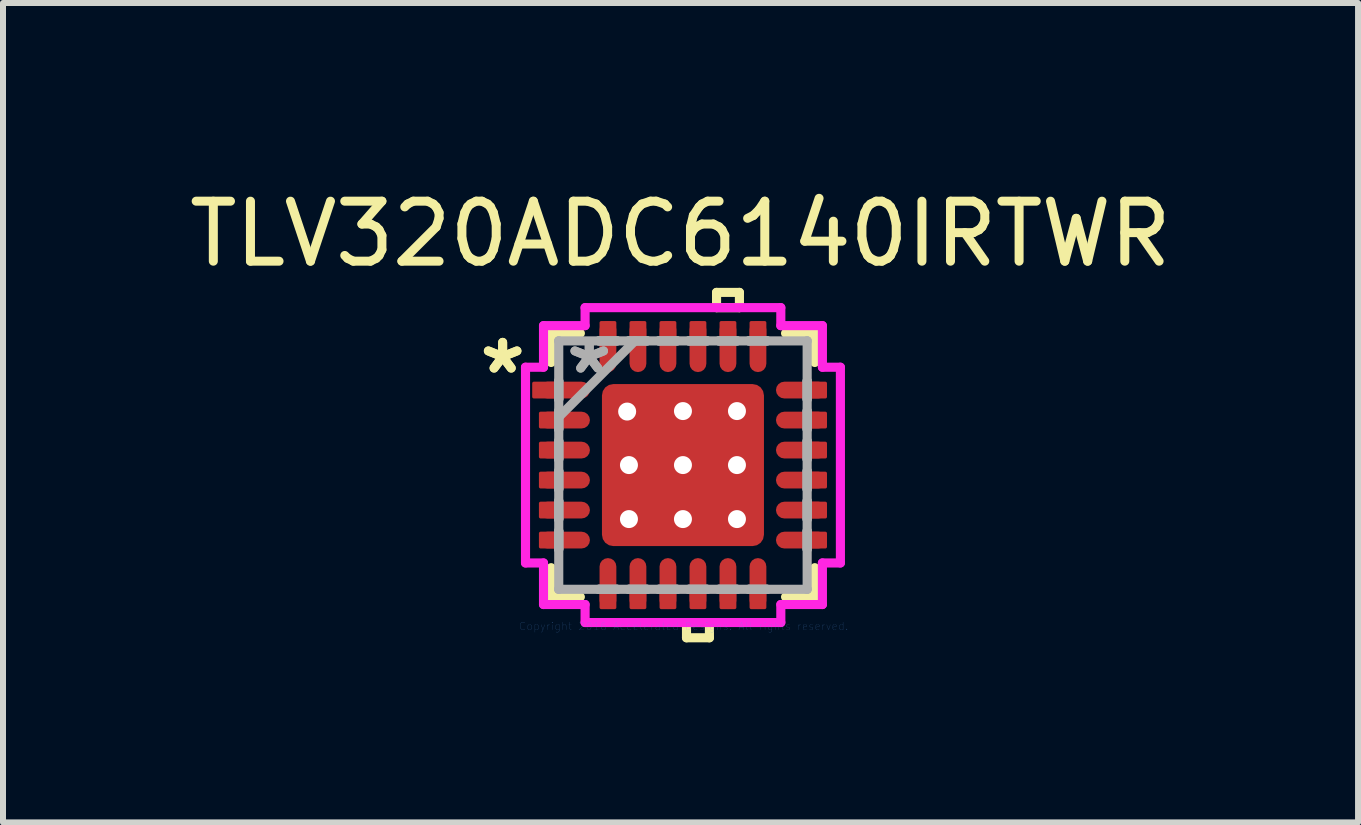
<source format=kicad_pcb>
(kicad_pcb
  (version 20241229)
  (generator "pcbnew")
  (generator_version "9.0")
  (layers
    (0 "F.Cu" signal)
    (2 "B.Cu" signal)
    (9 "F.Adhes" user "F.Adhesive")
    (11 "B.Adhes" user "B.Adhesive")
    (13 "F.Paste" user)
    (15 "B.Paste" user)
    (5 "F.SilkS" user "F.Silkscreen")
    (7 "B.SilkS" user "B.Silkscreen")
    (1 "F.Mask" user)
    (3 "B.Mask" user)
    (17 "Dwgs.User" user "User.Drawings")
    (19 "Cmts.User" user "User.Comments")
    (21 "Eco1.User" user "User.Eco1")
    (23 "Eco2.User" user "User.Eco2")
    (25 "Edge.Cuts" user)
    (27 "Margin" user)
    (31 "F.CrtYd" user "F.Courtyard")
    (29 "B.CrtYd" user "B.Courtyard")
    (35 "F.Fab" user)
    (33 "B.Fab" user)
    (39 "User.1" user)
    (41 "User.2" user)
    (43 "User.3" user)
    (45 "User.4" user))
  (footprint "TLV320ADC6140IRTWR"
    (layer "F.Cu")
    (at 8.332 4.701)
    (property "Reference" "TLV320ADC6140IRTWR" (at -0.041 -3.853 0) (layer "F.SilkS") (effects (font (size 1 1) (thickness 0.15))))
    (attr through_hole)
    (fp_line (start -2.197 -2.197) (end -2.197 -1.71) (stroke (width 0.152) (type solid)) (layer "F.SilkS"))
    (fp_line (start -2.197 1.71) (end -2.197 2.197) (stroke (width 0.152) (type solid)) (layer "F.SilkS"))
    (fp_line (start -2.197 2.197) (end -1.71 2.197) (stroke (width 0.152) (type solid)) (layer "F.SilkS"))
    (fp_line (start -1.71 -2.197) (end -2.197 -2.197) (stroke (width 0.152) (type solid)) (layer "F.SilkS"))
    (fp_line (start 0.059 2.624) (end 0.059 2.878) (stroke (width 0.152) (type solid)) (layer "F.SilkS"))
    (fp_line (start 0.059 2.878) (end 0.441 2.878) (stroke (width 0.152) (type solid)) (layer "F.SilkS"))
    (fp_line (start 0.441 2.624) (end 0.059 2.624) (stroke (width 0.152) (type solid)) (layer "F.SilkS"))
    (fp_line (start 0.441 2.878) (end 0.441 2.624) (stroke (width 0.152) (type solid)) (layer "F.SilkS"))
    (fp_line (start 0.56 -2.878) (end 0.941 -2.878) (stroke (width 0.152) (type solid)) (layer "F.SilkS"))
    (fp_line (start 0.56 -2.624) (end 0.56 -2.878) (stroke (width 0.152) (type solid)) (layer "F.SilkS"))
    (fp_line (start 0.941 -2.878) (end 0.941 -2.624) (stroke (width 0.152) (type solid)) (layer "F.SilkS"))
    (fp_line (start 0.941 -2.624) (end 0.56 -2.624) (stroke (width 0.152) (type solid)) (layer "F.SilkS"))
    (fp_line (start 1.71 2.197) (end 2.197 2.197) (stroke (width 0.152) (type solid)) (layer "F.SilkS"))
    (fp_line (start 2.197 -2.197) (end 1.71 -2.197) (stroke (width 0.152) (type solid)) (layer "F.SilkS"))
    (fp_line (start 2.197 -1.71) (end 2.197 -2.197) (stroke (width 0.152) (type solid)) (layer "F.SilkS"))
    (fp_line (start 2.197 2.197) (end 2.197 1.71) (stroke (width 0.152) (type solid)) (layer "F.SilkS"))
    (fp_line (start -2.624 -1.631) (end -2.324 -1.631) (stroke (width 0.152) (type solid)) (layer "F.CrtYd"))
    (fp_line (start -2.624 1.631) (end -2.624 -1.631) (stroke (width 0.152) (type solid)) (layer "F.CrtYd"))
    (fp_line (start -2.324 -2.324) (end -1.631 -2.324) (stroke (width 0.152) (type solid)) (layer "F.CrtYd"))
    (fp_line (start -2.324 -1.631) (end -2.324 -2.324) (stroke (width 0.152) (type solid)) (layer "F.CrtYd"))
    (fp_line (start -2.324 1.631) (end -2.624 1.631) (stroke (width 0.152) (type solid)) (layer "F.CrtYd"))
    (fp_line (start -2.324 2.324) (end -2.324 1.631) (stroke (width 0.152) (type solid)) (layer "F.CrtYd"))
    (fp_line (start -1.631 -2.624) (end 1.631 -2.624) (stroke (width 0.152) (type solid)) (layer "F.CrtYd"))
    (fp_line (start -1.631 -2.324) (end -1.631 -2.624) (stroke (width 0.152) (type solid)) (layer "F.CrtYd"))
    (fp_line (start -1.631 2.324) (end -2.324 2.324) (stroke (width 0.152) (type solid)) (layer "F.CrtYd"))
    (fp_line (start -1.631 2.624) (end -1.631 2.324) (stroke (width 0.152) (type solid)) (layer "F.CrtYd"))
    (fp_line (start 1.631 -2.624) (end 1.631 -2.324) (stroke (width 0.152) (type solid)) (layer "F.CrtYd"))
    (fp_line (start 1.631 -2.324) (end 2.324 -2.324) (stroke (width 0.152) (type solid)) (layer "F.CrtYd"))
    (fp_line (start 1.631 2.324) (end 1.631 2.624) (stroke (width 0.152) (type solid)) (layer "F.CrtYd"))
    (fp_line (start 1.631 2.624) (end -1.631 2.624) (stroke (width 0.152) (type solid)) (layer "F.CrtYd"))
    (fp_line (start 2.324 -2.324) (end 2.324 -1.631) (stroke (width 0.152) (type solid)) (layer "F.CrtYd"))
    (fp_line (start 2.324 -1.631) (end 2.624 -1.631) (stroke (width 0.152) (type solid)) (layer "F.CrtYd"))
    (fp_line (start 2.324 1.631) (end 2.324 2.324) (stroke (width 0.152) (type solid)) (layer "F.CrtYd"))
    (fp_line (start 2.324 2.324) (end 1.631 2.324) (stroke (width 0.152) (type solid)) (layer "F.CrtYd"))
    (fp_line (start 2.624 -1.631) (end 2.624 1.631) (stroke (width 0.152) (type solid)) (layer "F.CrtYd"))
    (fp_line (start 2.624 1.631) (end 2.324 1.631) (stroke (width 0.152) (type solid)) (layer "F.CrtYd"))
    (fp_line (start -2.07 -2.07) (end -2.07 -2.07) (stroke (width 0.152) (type solid)) (layer "F.Fab"))
    (fp_line (start -2.07 -2.07) (end -2.07 2.07) (stroke (width 0.152) (type solid)) (layer "F.Fab"))
    (fp_line (start -2.07 -1.402) (end -2.07 -1.402) (stroke (width 0.152) (type solid)) (layer "F.Fab"))
    (fp_line (start -2.07 -1.402) (end -2.07 -1.098) (stroke (width 0.152) (type solid)) (layer "F.Fab"))
    (fp_line (start -2.07 -1.098) (end -2.07 -1.402) (stroke (width 0.152) (type solid)) (layer "F.Fab"))
    (fp_line (start -2.07 -1.098) (end -2.07 -1.098) (stroke (width 0.152) (type solid)) (layer "F.Fab"))
    (fp_line (start -2.07 -0.902) (end -2.07 -0.902) (stroke (width 0.152) (type solid)) (layer "F.Fab"))
    (fp_line (start -2.07 -0.902) (end -2.07 -0.598) (stroke (width 0.152) (type solid)) (layer "F.Fab"))
    (fp_line (start -2.07 -0.8) (end -0.8 -2.07) (stroke (width 0.152) (type solid)) (layer "F.Fab"))
    (fp_line (start -2.07 -0.598) (end -2.07 -0.902) (stroke (width 0.152) (type solid)) (layer "F.Fab"))
    (fp_line (start -2.07 -0.598) (end -2.07 -0.598) (stroke (width 0.152) (type solid)) (layer "F.Fab"))
    (fp_line (start -2.07 -0.402) (end -2.07 -0.402) (stroke (width 0.152) (type solid)) (layer "F.Fab"))
    (fp_line (start -2.07 -0.402) (end -2.07 -0.098) (stroke (width 0.152) (type solid)) (layer "F.Fab"))
    (fp_line (start -2.07 -0.098) (end -2.07 -0.402) (stroke (width 0.152) (type solid)) (layer "F.Fab"))
    (fp_line (start -2.07 -0.098) (end -2.07 -0.098) (stroke (width 0.152) (type solid)) (layer "F.Fab"))
    (fp_line (start -2.07 0.098) (end -2.07 0.098) (stroke (width 0.152) (type solid)) (layer "F.Fab"))
    (fp_line (start -2.07 0.098) (end -2.07 0.402) (stroke (width 0.152) (type solid)) (layer "F.Fab"))
    (fp_line (start -2.07 0.402) (end -2.07 0.098) (stroke (width 0.152) (type solid)) (layer "F.Fab"))
    (fp_line (start -2.07 0.402) (end -2.07 0.402) (stroke (width 0.152) (type solid)) (layer "F.Fab"))
    (fp_line (start -2.07 0.598) (end -2.07 0.598) (stroke (width 0.152) (type solid)) (layer "F.Fab"))
    (fp_line (start -2.07 0.598) (end -2.07 0.902) (stroke (width 0.152) (type solid)) (layer "F.Fab"))
    (fp_line (start -2.07 0.902) (end -2.07 0.598) (stroke (width 0.152) (type solid)) (layer "F.Fab"))
    (fp_line (start -2.07 0.902) (end -2.07 0.902) (stroke (width 0.152) (type solid)) (layer "F.Fab"))
    (fp_line (start -2.07 1.098) (end -2.07 1.098) (stroke (width 0.152) (type solid)) (layer "F.Fab"))
    (fp_line (start -2.07 1.098) (end -2.07 1.402) (stroke (width 0.152) (type solid)) (layer "F.Fab"))
    (fp_line (start -2.07 1.402) (end -2.07 1.098) (stroke (width 0.152) (type solid)) (layer "F.Fab"))
    (fp_line (start -2.07 1.402) (end -2.07 1.402) (stroke (width 0.152) (type solid)) (layer "F.Fab"))
    (fp_line (start -2.07 2.07) (end -2.07 2.07) (stroke (width 0.152) (type solid)) (layer "F.Fab"))
    (fp_line (start -2.07 2.07) (end 2.07 2.07) (stroke (width 0.152) (type solid)) (layer "F.Fab"))
    (fp_line (start -1.402 -2.07) (end -1.402 -2.07) (stroke (width 0.152) (type solid)) (layer "F.Fab"))
    (fp_line (start -1.402 -2.07) (end -1.098 -2.07) (stroke (width 0.152) (type solid)) (layer "F.Fab"))
    (fp_line (start -1.402 2.07) (end -1.402 2.07) (stroke (width 0.152) (type solid)) (layer "F.Fab"))
    (fp_line (start -1.402 2.07) (end -1.098 2.07) (stroke (width 0.152) (type solid)) (layer "F.Fab"))
    (fp_line (start -1.098 -2.07) (end -1.402 -2.07) (stroke (width 0.152) (type solid)) (layer "F.Fab"))
    (fp_line (start -1.098 -2.07) (end -1.098 -2.07) (stroke (width 0.152) (type solid)) (layer "F.Fab"))
    (fp_line (start -1.098 2.07) (end -1.402 2.07) (stroke (width 0.152) (type solid)) (layer "F.Fab"))
    (fp_line (start -1.098 2.07) (end -1.098 2.07) (stroke (width 0.152) (type solid)) (layer "F.Fab"))
    (fp_line (start -0.902 -2.07) (end -0.902 -2.07) (stroke (width 0.152) (type solid)) (layer "F.Fab"))
    (fp_line (start -0.902 -2.07) (end -0.598 -2.07) (stroke (width 0.152) (type solid)) (layer "F.Fab"))
    (fp_line (start -0.902 2.07) (end -0.902 2.07) (stroke (width 0.152) (type solid)) (layer "F.Fab"))
    (fp_line (start -0.902 2.07) (end -0.598 2.07) (stroke (width 0.152) (type solid)) (layer "F.Fab"))
    (fp_line (start -0.598 -2.07) (end -0.902 -2.07) (stroke (width 0.152) (type solid)) (layer "F.Fab"))
    (fp_line (start -0.598 -2.07) (end -0.598 -2.07) (stroke (width 0.152) (type solid)) (layer "F.Fab"))
    (fp_line (start -0.598 2.07) (end -0.902 2.07) (stroke (width 0.152) (type solid)) (layer "F.Fab"))
    (fp_line (start -0.598 2.07) (end -0.598 2.07) (stroke (width 0.152) (type solid)) (layer "F.Fab"))
    (fp_line (start -0.402 -2.07) (end -0.402 -2.07) (stroke (width 0.152) (type solid)) (layer "F.Fab"))
    (fp_line (start -0.402 -2.07) (end -0.098 -2.07) (stroke (width 0.152) (type solid)) (layer "F.Fab"))
    (fp_line (start -0.402 2.07) (end -0.402 2.07) (stroke (width 0.152) (type solid)) (layer "F.Fab"))
    (fp_line (start -0.402 2.07) (end -0.098 2.07) (stroke (width 0.152) (type solid)) (layer "F.Fab"))
    (fp_line (start -0.098 -2.07) (end -0.402 -2.07) (stroke (width 0.152) (type solid)) (layer "F.Fab"))
    (fp_line (start -0.098 -2.07) (end -0.098 -2.07) (stroke (width 0.152) (type solid)) (layer "F.Fab"))
    (fp_line (start -0.098 2.07) (end -0.402 2.07) (stroke (width 0.152) (type solid)) (layer "F.Fab"))
    (fp_line (start -0.098 2.07) (end -0.098 2.07) (stroke (width 0.152) (type solid)) (layer "F.Fab"))
    (fp_line (start 0.098 -2.07) (end 0.098 -2.07) (stroke (width 0.152) (type solid)) (layer "F.Fab"))
    (fp_line (start 0.098 -2.07) (end 0.402 -2.07) (stroke (width 0.152) (type solid)) (layer "F.Fab"))
    (fp_line (start 0.098 2.07) (end 0.098 2.07) (stroke (width 0.152) (type solid)) (layer "F.Fab"))
    (fp_line (start 0.098 2.07) (end 0.402 2.07) (stroke (width 0.152) (type solid)) (layer "F.Fab"))
    (fp_line (start 0.402 -2.07) (end 0.098 -2.07) (stroke (width 0.152) (type solid)) (layer "F.Fab"))
    (fp_line (start 0.402 -2.07) (end 0.402 -2.07) (stroke (width 0.152) (type solid)) (layer "F.Fab"))
    (fp_line (start 0.402 2.07) (end 0.098 2.07) (stroke (width 0.152) (type solid)) (layer "F.Fab"))
    (fp_line (start 0.402 2.07) (end 0.402 2.07) (stroke (width 0.152) (type solid)) (layer "F.Fab"))
    (fp_line (start 0.598 -2.07) (end 0.598 -2.07) (stroke (width 0.152) (type solid)) (layer "F.Fab"))
    (fp_line (start 0.598 -2.07) (end 0.902 -2.07) (stroke (width 0.152) (type solid)) (layer "F.Fab"))
    (fp_line (start 0.598 2.07) (end 0.598 2.07) (stroke (width 0.152) (type solid)) (layer "F.Fab"))
    (fp_line (start 0.598 2.07) (end 0.902 2.07) (stroke (width 0.152) (type solid)) (layer "F.Fab"))
    (fp_line (start 0.902 -2.07) (end 0.598 -2.07) (stroke (width 0.152) (type solid)) (layer "F.Fab"))
    (fp_line (start 0.902 -2.07) (end 0.902 -2.07) (stroke (width 0.152) (type solid)) (layer "F.Fab"))
    (fp_line (start 0.902 2.07) (end 0.598 2.07) (stroke (width 0.152) (type solid)) (layer "F.Fab"))
    (fp_line (start 0.902 2.07) (end 0.902 2.07) (stroke (width 0.152) (type solid)) (layer "F.Fab"))
    (fp_line (start 1.098 -2.07) (end 1.098 -2.07) (stroke (width 0.152) (type solid)) (layer "F.Fab"))
    (fp_line (start 1.098 -2.07) (end 1.402 -2.07) (stroke (width 0.152) (type solid)) (layer "F.Fab"))
    (fp_line (start 1.098 2.07) (end 1.098 2.07) (stroke (width 0.152) (type solid)) (layer "F.Fab"))
    (fp_line (start 1.098 2.07) (end 1.402 2.07) (stroke (width 0.152) (type solid)) (layer "F.Fab"))
    (fp_line (start 1.402 -2.07) (end 1.098 -2.07) (stroke (width 0.152) (type solid)) (layer "F.Fab"))
    (fp_line (start 1.402 -2.07) (end 1.402 -2.07) (stroke (width 0.152) (type solid)) (layer "F.Fab"))
    (fp_line (start 1.402 2.07) (end 1.098 2.07) (stroke (width 0.152) (type solid)) (layer "F.Fab"))
    (fp_line (start 1.402 2.07) (end 1.402 2.07) (stroke (width 0.152) (type solid)) (layer "F.Fab"))
    (fp_line (start 2.07 -2.07) (end -2.07 -2.07) (stroke (width 0.152) (type solid)) (layer "F.Fab"))
    (fp_line (start 2.07 -2.07) (end 2.07 -2.07) (stroke (width 0.152) (type solid)) (layer "F.Fab"))
    (fp_line (start 2.07 -1.402) (end 2.07 -1.402) (stroke (width 0.152) (type solid)) (layer "F.Fab"))
    (fp_line (start 2.07 -1.402) (end 2.07 -1.098) (stroke (width 0.152) (type solid)) (layer "F.Fab"))
    (fp_line (start 2.07 -1.098) (end 2.07 -1.402) (stroke (width 0.152) (type solid)) (layer "F.Fab"))
    (fp_line (start 2.07 -1.098) (end 2.07 -1.098) (stroke (width 0.152) (type solid)) (layer "F.Fab"))
    (fp_line (start 2.07 -0.902) (end 2.07 -0.902) (stroke (width 0.152) (type solid)) (layer "F.Fab"))
    (fp_line (start 2.07 -0.902) (end 2.07 -0.598) (stroke (width 0.152) (type solid)) (layer "F.Fab"))
    (fp_line (start 2.07 -0.598) (end 2.07 -0.902) (stroke (width 0.152) (type solid)) (layer "F.Fab"))
    (fp_line (start 2.07 -0.598) (end 2.07 -0.598) (stroke (width 0.152) (type solid)) (layer "F.Fab"))
    (fp_line (start 2.07 -0.402) (end 2.07 -0.402) (stroke (width 0.152) (type solid)) (layer "F.Fab"))
    (fp_line (start 2.07 -0.402) (end 2.07 -0.098) (stroke (width 0.152) (type solid)) (layer "F.Fab"))
    (fp_line (start 2.07 -0.098) (end 2.07 -0.402) (stroke (width 0.152) (type solid)) (layer "F.Fab"))
    (fp_line (start 2.07 -0.098) (end 2.07 -0.098) (stroke (width 0.152) (type solid)) (layer "F.Fab"))
    (fp_line (start 2.07 0.098) (end 2.07 0.098) (stroke (width 0.152) (type solid)) (layer "F.Fab"))
    (fp_line (start 2.07 0.098) (end 2.07 0.402) (stroke (width 0.152) (type solid)) (layer "F.Fab"))
    (fp_line (start 2.07 0.402) (end 2.07 0.098) (stroke (width 0.152) (type solid)) (layer "F.Fab"))
    (fp_line (start 2.07 0.402) (end 2.07 0.402) (stroke (width 0.152) (type solid)) (layer "F.Fab"))
    (fp_line (start 2.07 0.598) (end 2.07 0.598) (stroke (width 0.152) (type solid)) (layer "F.Fab"))
    (fp_line (start 2.07 0.598) (end 2.07 0.902) (stroke (width 0.152) (type solid)) (layer "F.Fab"))
    (fp_line (start 2.07 0.902) (end 2.07 0.598) (stroke (width 0.152) (type solid)) (layer "F.Fab"))
    (fp_line (start 2.07 0.902) (end 2.07 0.902) (stroke (width 0.152) (type solid)) (layer "F.Fab"))
    (fp_line (start 2.07 1.098) (end 2.07 1.098) (stroke (width 0.152) (type solid)) (layer "F.Fab"))
    (fp_line (start 2.07 1.098) (end 2.07 1.402) (stroke (width 0.152) (type solid)) (layer "F.Fab"))
    (fp_line (start 2.07 1.402) (end 2.07 1.098) (stroke (width 0.152) (type solid)) (layer "F.Fab"))
    (fp_line (start 2.07 1.402) (end 2.07 1.402) (stroke (width 0.152) (type solid)) (layer "F.Fab"))
    (fp_line (start 2.07 2.07) (end 2.07 -2.07) (stroke (width 0.152) (type solid)) (layer "F.Fab"))
    (fp_line (start 2.07 2.07) (end 2.07 2.07) (stroke (width 0.152) (type solid)) (layer "F.Fab"))
    (fp_text user "*" (at -3.005 -1.5 0) (layer "F.SilkS") (effects (font (size 1 1) (thickness 0.15))))
    (fp_text user "*" (at -3.005 -1.5 0) (layer "F.SilkS") (effects (font (size 1 1) (thickness 0.15))))
    (fp_text user "Copyright 2016 Accelerated Designs. All rights reserved." (at 0.01 2.685 0) (layer "Cmts.User") (effects (font (size 0.127 0.127) (thickness 0.002))))
    (fp_text user "*" (at -1.562 -1.5 0) (layer "F.Fab") (effects (font (size 1 1) (thickness 0.15))))
    (fp_text user "*" (at -1.562 -1.5 0) (layer "F.Fab") (effects (font (size 1 1) (thickness 0.15))))
    (pad "" smd roundrect (at -2.3 -1.25 90) (size 0.23 0.375) (layers "F.Paste") (roundrect_rratio 0.1))
    (pad "" smd roundrect (at -2.3 -1.25 90) (size 0.28 0.425) (layers "F.Cu") (roundrect_rratio 0.1))
    (pad "" smd roundrect (at -2.3 -1.25 90) (size 0.42 0.565) (layers "F.Mask") (roundrect_rratio 0.1))
    (pad "" smd roundrect (at -2.188 -0.75 90) (size 0.23 0.375) (layers "F.Paste") (roundrect_rratio 0.1))
    (pad "" smd roundrect (at -2.188 -0.75 90) (size 0.28 0.425) (layers "F.Cu") (roundrect_rratio 0.1))
    (pad "" smd roundrect (at -2.188 -0.75 90) (size 0.42 0.565) (layers "F.Mask") (roundrect_rratio 0.1))
    (pad "" smd roundrect (at -2.188 -0.25 90) (size 0.23 0.375) (layers "F.Paste") (roundrect_rratio 0.1))
    (pad "" smd roundrect (at -2.188 -0.25 90) (size 0.28 0.425) (layers "F.Cu") (roundrect_rratio 0.1))
    (pad "" smd roundrect (at -2.188 -0.25 90) (size 0.42 0.565) (layers "F.Mask") (roundrect_rratio 0.1))
    (pad "" smd roundrect (at -2.188 0.25 90) (size 0.23 0.375) (layers "F.Paste") (roundrect_rratio 0.1))
    (pad "" smd roundrect (at -2.188 0.25 90) (size 0.28 0.425) (layers "F.Cu") (roundrect_rratio 0.1))
    (pad "" smd roundrect (at -2.188 0.25 90) (size 0.42 0.565) (layers "F.Mask") (roundrect_rratio 0.1))
    (pad "" smd roundrect (at -2.188 0.75 90) (size 0.23 0.375) (layers "F.Paste") (roundrect_rratio 0.1))
    (pad "" smd roundrect (at -2.188 0.75 90) (size 0.28 0.425) (layers "F.Cu") (roundrect_rratio 0.1))
    (pad "" smd roundrect (at -2.188 0.75 90) (size 0.42 0.565) (layers "F.Mask") (roundrect_rratio 0.1))
    (pad "" smd roundrect (at -2.188 1.25 90) (size 0.23 0.375) (layers "F.Paste") (roundrect_rratio 0.1))
    (pad "" smd roundrect (at -2.188 1.25 90) (size 0.28 0.425) (layers "F.Cu") (roundrect_rratio 0.1))
    (pad "" smd roundrect (at -2.188 1.25 90) (size 0.42 0.565) (layers "F.Mask") (roundrect_rratio 0.1))
    (pad "" smd roundrect (at -1.975 -1.25 90) (size 0.23 0.8) (layers "F.Paste") (roundrect_rratio 0.5))
    (pad "" smd roundrect (at -1.975 -1.25 90) (size 0.42 0.99) (layers "F.Mask") (roundrect_rratio 0.5))
    (pad "" smd roundrect (at -1.975 -0.75 90) (size 0.23 0.8) (layers "F.Paste") (roundrect_rratio 0.5))
    (pad "" smd roundrect (at -1.975 -0.75 90) (size 0.42 0.99) (layers "F.Mask") (roundrect_rratio 0.5))
    (pad "" smd roundrect (at -1.975 -0.25 90) (size 0.23 0.8) (layers "F.Paste") (roundrect_rratio 0.5))
    (pad "" smd roundrect (at -1.975 -0.25 90) (size 0.42 0.99) (layers "F.Mask") (roundrect_rratio 0.5))
    (pad "" smd roundrect (at -1.975 0.25 90) (size 0.23 0.8) (layers "F.Paste") (roundrect_rratio 0.5))
    (pad "" smd roundrect (at -1.975 0.25 90) (size 0.42 0.99) (layers "F.Mask") (roundrect_rratio 0.5))
    (pad "" smd roundrect (at -1.975 0.75 90) (size 0.23 0.8) (layers "F.Paste") (roundrect_rratio 0.5))
    (pad "" smd roundrect (at -1.975 0.75 90) (size 0.42 0.99) (layers "F.Mask") (roundrect_rratio 0.5))
    (pad "" smd roundrect (at -1.975 1.25 90) (size 0.23 0.8) (layers "F.Paste") (roundrect_rratio 0.5))
    (pad "" smd roundrect (at -1.975 1.25 90) (size 0.42 0.99) (layers "F.Mask") (roundrect_rratio 0.5))
    (pad "" smd roundrect (at -1.25 -2.188 180) (size 0.23 0.375) (layers "F.Paste") (roundrect_rratio 0.1))
    (pad "" smd roundrect (at -1.25 -2.188 180) (size 0.28 0.425) (layers "F.Cu") (roundrect_rratio 0.1))
    (pad "" smd roundrect (at -1.25 -2.188 180) (size 0.42 0.565) (layers "F.Mask") (roundrect_rratio 0.1))
    (pad "" smd roundrect (at -1.25 -1.975 180) (size 0.23 0.8) (layers "F.Paste") (roundrect_rratio 0.5))
    (pad "" smd roundrect (at -1.25 -1.975 180) (size 0.42 0.99) (layers "F.Mask") (roundrect_rratio 0.5))
    (pad "" smd roundrect (at -1.25 1.975 180) (size 0.23 0.8) (layers "F.Paste") (roundrect_rratio 0.5))
    (pad "" smd roundrect (at -1.25 1.975 180) (size 0.42 0.99) (layers "F.Mask") (roundrect_rratio 0.5))
    (pad "" smd roundrect (at -1.25 2.188 180) (size 0.23 0.375) (layers "F.Paste") (roundrect_rratio 0.1))
    (pad "" smd roundrect (at -1.25 2.188 180) (size 0.28 0.425) (layers "F.Cu") (roundrect_rratio 0.1))
    (pad "" smd roundrect (at -1.25 2.188 180) (size 0.42 0.565) (layers "F.Mask") (roundrect_rratio 0.1))
    (pad "" np_thru_hole circle (at -0.93 -0.892) (size 0.3 0.3) (drill 0.3) (layers "*.Cu" "*.Mask"))
    (pad "" np_thru_hole circle (at -0.9 0) (size 0.3 0.3) (drill 0.3) (layers "*.Cu" "*.Mask"))
    (pad "" np_thru_hole circle (at -0.9 0.9) (size 0.3 0.3) (drill 0.3) (layers "*.Cu" "*.Mask"))
    (pad "" smd roundrect (at -0.75 -2.188 180) (size 0.23 0.375) (layers "F.Paste") (roundrect_rratio 0.1))
    (pad "" smd roundrect (at -0.75 -2.188 180) (size 0.28 0.425) (layers "F.Cu") (roundrect_rratio 0.1))
    (pad "" smd roundrect (at -0.75 -2.188 180) (size 0.42 0.565) (layers "F.Mask") (roundrect_rratio 0.1))
    (pad "" smd roundrect (at -0.75 -1.975 180) (size 0.23 0.8) (layers "F.Paste") (roundrect_rratio 0.5))
    (pad "" smd roundrect (at -0.75 -1.975 180) (size 0.42 0.99) (layers "F.Mask") (roundrect_rratio 0.5))
    (pad "" smd roundrect (at -0.75 1.975 180) (size 0.23 0.8) (layers "F.Paste") (roundrect_rratio 0.5))
    (pad "" smd roundrect (at -0.75 1.975 180) (size 0.42 0.99) (layers "F.Mask") (roundrect_rratio 0.5))
    (pad "" smd roundrect (at -0.75 2.188 180) (size 0.23 0.375) (layers "F.Paste") (roundrect_rratio 0.1))
    (pad "" smd roundrect (at -0.75 2.188 180) (size 0.28 0.425) (layers "F.Cu") (roundrect_rratio 0.1))
    (pad "" smd roundrect (at -0.75 2.188 180) (size 0.42 0.565) (layers "F.Mask") (roundrect_rratio 0.1))
    (pad "" smd roundrect (at -0.7 -0.7) (size 1.1 1.1) (layers "F.Paste") (roundrect_rratio 0.07))
    (pad "" smd roundrect (at -0.7 0.7) (size 1.1 1.1) (layers "F.Paste") (roundrect_rratio 0.07))
    (pad "" smd roundrect (at -0.25 -2.188 180) (size 0.23 0.375) (layers "F.Paste") (roundrect_rratio 0.1))
    (pad "" smd roundrect (at -0.25 -2.188 180) (size 0.28 0.425) (layers "F.Cu") (roundrect_rratio 0.1))
    (pad "" smd roundrect (at -0.25 -2.188 180) (size 0.42 0.565) (layers "F.Mask") (roundrect_rratio 0.1))
    (pad "" smd roundrect (at -0.25 -1.975 180) (size 0.23 0.8) (layers "F.Paste") (roundrect_rratio 0.5))
    (pad "" smd roundrect (at -0.25 -1.975 180) (size 0.42 0.99) (layers "F.Mask") (roundrect_rratio 0.5))
    (pad "" smd roundrect (at -0.25 1.975 180) (size 0.23 0.8) (layers "F.Paste") (roundrect_rratio 0.5))
    (pad "" smd roundrect (at -0.25 1.975 180) (size 0.42 0.99) (layers "F.Mask") (roundrect_rratio 0.5))
    (pad "" smd roundrect (at -0.25 2.188 180) (size 0.23 0.375) (layers "F.Paste") (roundrect_rratio 0.1))
    (pad "" smd roundrect (at -0.25 2.188 180) (size 0.28 0.425) (layers "F.Cu") (roundrect_rratio 0.1))
    (pad "" smd roundrect (at -0.25 2.188 180) (size 0.42 0.565) (layers "F.Mask") (roundrect_rratio 0.1))
    (pad "" np_thru_hole circle (at 0 -0.9) (size 0.3 0.3) (drill 0.3) (layers "*.Cu" "*.Mask"))
    (pad "" np_thru_hole circle (at 0 0) (size 0.3 0.3) (drill 0.3) (layers "*.Cu" "*.Mask"))
    (pad "" np_thru_hole circle (at 0 0.9) (size 0.3 0.3) (drill 0.3) (layers "*.Cu" "*.Mask"))
    (pad "" smd roundrect (at 0.25 -2.188 180) (size 0.23 0.375) (layers "F.Paste") (roundrect_rratio 0.1))
    (pad "" smd roundrect (at 0.25 -2.188 180) (size 0.28 0.425) (layers "F.Cu") (roundrect_rratio 0.1))
    (pad "" smd roundrect (at 0.25 -2.188 180) (size 0.42 0.565) (layers "F.Mask") (roundrect_rratio 0.1))
    (pad "" smd roundrect (at 0.25 -1.975 180) (size 0.23 0.8) (layers "F.Paste") (roundrect_rratio 0.5))
    (pad "" smd roundrect (at 0.25 -1.975 180) (size 0.42 0.99) (layers "F.Mask") (roundrect_rratio 0.5))
    (pad "" smd roundrect (at 0.25 1.975 180) (size 0.23 0.8) (layers "F.Paste") (roundrect_rratio 0.5))
    (pad "" smd roundrect (at 0.25 1.975 180) (size 0.42 0.99) (layers "F.Mask") (roundrect_rratio 0.5))
    (pad "" smd roundrect (at 0.25 2.188 180) (size 0.23 0.375) (layers "F.Paste") (roundrect_rratio 0.1))
    (pad "" smd roundrect (at 0.25 2.188 180) (size 0.28 0.425) (layers "F.Cu") (roundrect_rratio 0.1))
    (pad "" smd roundrect (at 0.25 2.188 180) (size 0.42 0.565) (layers "F.Mask") (roundrect_rratio 0.1))
    (pad "" smd roundrect (at 0.7 -0.7) (size 1.1 1.1) (layers "F.Paste") (roundrect_rratio 0.07))
    (pad "" smd roundrect (at 0.7 0.7) (size 1.1 1.1) (layers "F.Paste") (roundrect_rratio 0.07))
    (pad "" smd roundrect (at 0.75 -2.188 180) (size 0.23 0.375) (layers "F.Paste") (roundrect_rratio 0.1))
    (pad "" smd roundrect (at 0.75 -2.188 180) (size 0.28 0.425) (layers "F.Cu") (roundrect_rratio 0.1))
    (pad "" smd roundrect (at 0.75 -2.188 180) (size 0.42 0.565) (layers "F.Mask") (roundrect_rratio 0.1))
    (pad "" smd roundrect (at 0.75 -1.975 180) (size 0.23 0.8) (layers "F.Paste") (roundrect_rratio 0.5))
    (pad "" smd roundrect (at 0.75 -1.975 180) (size 0.42 0.99) (layers "F.Mask") (roundrect_rratio 0.5))
    (pad "" smd roundrect (at 0.75 1.975 180) (size 0.23 0.8) (layers "F.Paste") (roundrect_rratio 0.5))
    (pad "" smd roundrect (at 0.75 1.975 180) (size 0.42 0.99) (layers "F.Mask") (roundrect_rratio 0.5))
    (pad "" smd roundrect (at 0.75 2.188 180) (size 0.23 0.375) (layers "F.Paste") (roundrect_rratio 0.1))
    (pad "" smd roundrect (at 0.75 2.188 180) (size 0.28 0.425) (layers "F.Cu") (roundrect_rratio 0.1))
    (pad "" smd roundrect (at 0.75 2.188 180) (size 0.42 0.565) (layers "F.Mask") (roundrect_rratio 0.1))
    (pad "" np_thru_hole circle (at 0.9 -0.9) (size 0.3 0.3) (drill 0.3) (layers "*.Cu" "*.Mask"))
    (pad "" np_thru_hole circle (at 0.9 0) (size 0.3 0.3) (drill 0.3) (layers "*.Cu" "*.Mask"))
    (pad "" np_thru_hole circle (at 0.9 0.9) (size 0.3 0.3) (drill 0.3) (layers "*.Cu" "*.Mask"))
    (pad "" smd roundrect (at 1.25 -2.188 180) (size 0.23 0.375) (layers "F.Paste") (roundrect_rratio 0.1))
    (pad "" smd roundrect (at 1.25 -2.188 180) (size 0.28 0.425) (layers "F.Cu") (roundrect_rratio 0.1))
    (pad "" smd roundrect (at 1.25 -2.188 180) (size 0.42 0.565) (layers "F.Mask") (roundrect_rratio 0.1))
    (pad "" smd roundrect (at 1.25 -1.975 180) (size 0.23 0.8) (layers "F.Paste") (roundrect_rratio 0.5))
    (pad "" smd roundrect (at 1.25 -1.975 180) (size 0.42 0.99) (layers "F.Mask") (roundrect_rratio 0.5))
    (pad "" smd roundrect (at 1.25 1.975 180) (size 0.23 0.8) (layers "F.Paste") (roundrect_rratio 0.5))
    (pad "" smd roundrect (at 1.25 1.975 180) (size 0.42 0.99) (layers "F.Mask") (roundrect_rratio 0.5))
    (pad "" smd roundrect (at 1.25 2.188 180) (size 0.23 0.375) (layers "F.Paste") (roundrect_rratio 0.1))
    (pad "" smd roundrect (at 1.25 2.188 180) (size 0.28 0.425) (layers "F.Cu") (roundrect_rratio 0.1))
    (pad "" smd roundrect (at 1.25 2.188 180) (size 0.42 0.565) (layers "F.Mask") (roundrect_rratio 0.1))
    (pad "" smd roundrect (at 1.975 -1.25 90) (size 0.23 0.8) (layers "F.Paste") (roundrect_rratio 0.5))
    (pad "" smd roundrect (at 1.975 -1.25 90) (size 0.42 0.99) (layers "F.Mask") (roundrect_rratio 0.5))
    (pad "" smd roundrect (at 1.975 -0.75 90) (size 0.23 0.8) (layers "F.Paste") (roundrect_rratio 0.5))
    (pad "" smd roundrect (at 1.975 -0.75 90) (size 0.42 0.99) (layers "F.Mask") (roundrect_rratio 0.5))
    (pad "" smd roundrect (at 1.975 -0.25 90) (size 0.23 0.8) (layers "F.Paste") (roundrect_rratio 0.5))
    (pad "" smd roundrect (at 1.975 -0.25 90) (size 0.42 0.99) (layers "F.Mask") (roundrect_rratio 0.5))
    (pad "" smd roundrect (at 1.975 0.25 90) (size 0.23 0.8) (layers "F.Paste") (roundrect_rratio 0.5))
    (pad "" smd roundrect (at 1.975 0.25 90) (size 0.42 0.99) (layers "F.Mask") (roundrect_rratio 0.5))
    (pad "" smd roundrect (at 1.975 0.75 90) (size 0.23 0.8) (layers "F.Paste") (roundrect_rratio 0.5))
    (pad "" smd roundrect (at 1.975 0.75 90) (size 0.42 0.99) (layers "F.Mask") (roundrect_rratio 0.5))
    (pad "" smd roundrect (at 1.975 1.25 90) (size 0.23 0.8) (layers "F.Paste") (roundrect_rratio 0.5))
    (pad "" smd roundrect (at 1.975 1.25 90) (size 0.42 0.99) (layers "F.Mask") (roundrect_rratio 0.5))
    (pad "" smd roundrect (at 2.188 -1.25 90) (size 0.23 0.375) (layers "F.Paste") (roundrect_rratio 0.1))
    (pad "" smd roundrect (at 2.188 -1.25 90) (size 0.28 0.425) (layers "F.Cu") (roundrect_rratio 0.1))
    (pad "" smd roundrect (at 2.188 -1.25 90) (size 0.42 0.565) (layers "F.Mask") (roundrect_rratio 0.1))
    (pad "" smd roundrect (at 2.188 -0.75 90) (size 0.23 0.375) (layers "F.Paste") (roundrect_rratio 0.1))
    (pad "" smd roundrect (at 2.188 -0.75 90) (size 0.28 0.425) (layers "F.Cu") (roundrect_rratio 0.1))
    (pad "" smd roundrect (at 2.188 -0.75 90) (size 0.42 0.565) (layers "F.Mask") (roundrect_rratio 0.1))
    (pad "" smd roundrect (at 2.188 -0.25 90) (size 0.23 0.375) (layers "F.Paste") (roundrect_rratio 0.1))
    (pad "" smd roundrect (at 2.188 -0.25 90) (size 0.28 0.425) (layers "F.Cu") (roundrect_rratio 0.1))
    (pad "" smd roundrect (at 2.188 -0.25 90) (size 0.42 0.565) (layers "F.Mask") (roundrect_rratio 0.1))
    (pad "" smd roundrect (at 2.188 0.25 90) (size 0.23 0.375) (layers "F.Paste") (roundrect_rratio 0.1))
    (pad "" smd roundrect (at 2.188 0.25 90) (size 0.28 0.425) (layers "F.Cu") (roundrect_rratio 0.1))
    (pad "" smd roundrect (at 2.188 0.25 90) (size 0.42 0.565) (layers "F.Mask") (roundrect_rratio 0.1))
    (pad "" smd roundrect (at 2.188 0.75 90) (size 0.23 0.375) (layers "F.Paste") (roundrect_rratio 0.1))
    (pad "" smd roundrect (at 2.188 0.75 90) (size 0.28 0.425) (layers "F.Cu") (roundrect_rratio 0.1))
    (pad "" smd roundrect (at 2.188 0.75 90) (size 0.42 0.565) (layers "F.Mask") (roundrect_rratio 0.1))
    (pad "" smd roundrect (at 2.188 1.25 90) (size 0.23 0.375) (layers "F.Paste") (roundrect_rratio 0.1))
    (pad "" smd roundrect (at 2.188 1.25 90) (size 0.28 0.425) (layers "F.Cu") (roundrect_rratio 0.1))
    (pad "" smd roundrect (at 2.188 1.25 270) (size 0.42 0.565) (layers "F.Mask") (roundrect_rratio 0.1))
    (pad "1" smd roundrect (at -1.975 -1.25 90) (size 0.28 0.85) (layers "F.Cu") (roundrect_rratio 0.5))
    (pad "2" smd roundrect (at -1.975 -0.75 90) (size 0.28 0.85) (layers "F.Cu") (roundrect_rratio 0.5))
    (pad "3" smd roundrect (at -1.975 -0.25 90) (size 0.28 0.85) (layers "F.Cu") (roundrect_rratio 0.5))
    (pad "4" smd roundrect (at -1.975 0.25 90) (size 0.28 0.85) (layers "F.Cu") (roundrect_rratio 0.5))
    (pad "5" smd roundrect (at -1.975 0.75 90) (size 0.28 0.85) (layers "F.Cu") (roundrect_rratio 0.5))
    (pad "6" smd roundrect (at -1.975 1.25 90) (size 0.28 0.85) (layers "F.Cu") (roundrect_rratio 0.5))
    (pad "7" smd roundrect (at -1.25 1.975) (size 0.28 0.85) (layers "F.Cu") (roundrect_rratio 0.5))
    (pad "8" smd roundrect (at -0.75 1.975) (size 0.28 0.85) (layers "F.Cu") (roundrect_rratio 0.5))
    (pad "9" smd roundrect (at -0.25 1.975) (size 0.28 0.85) (layers "F.Cu") (roundrect_rratio 0.5))
    (pad "10" smd roundrect (at 0.25 1.975) (size 0.28 0.85) (layers "F.Cu") (roundrect_rratio 0.5))
    (pad "11" smd roundrect (at 0.75 1.975) (size 0.28 0.85) (layers "F.Cu") (roundrect_rratio 0.5))
    (pad "12" smd roundrect (at 1.25 1.975) (size 0.28 0.85) (layers "F.Cu") (roundrect_rratio 0.5))
    (pad "13" smd roundrect (at 1.975 1.25 90) (size 0.28 0.85) (layers "F.Cu") (roundrect_rratio 0.5))
    (pad "14" smd roundrect (at 1.975 0.75 90) (size 0.28 0.85) (layers "F.Cu") (roundrect_rratio 0.5))
    (pad "15" smd roundrect (at 1.975 0.25 90) (size 0.28 0.85) (layers "F.Cu") (roundrect_rratio 0.5))
    (pad "16" smd roundrect (at 1.975 -0.25 90) (size 0.28 0.85) (layers "F.Cu") (roundrect_rratio 0.5))
    (pad "17" smd roundrect (at 1.975 -0.75 90) (size 0.28 0.85) (layers "F.Cu") (roundrect_rratio 0.5))
    (pad "18" smd roundrect (at 1.975 -1.25 90) (size 0.28 0.85) (layers "F.Cu") (roundrect_rratio 0.5))
    (pad "19" smd roundrect (at 1.25 -1.975) (size 0.28 0.85) (layers "F.Cu") (roundrect_rratio 0.5))
    (pad "20" smd roundrect (at 0.75 -1.975) (size 0.28 0.85) (layers "F.Cu") (roundrect_rratio 0.5))
    (pad "21" smd roundrect (at 0.25 -1.975) (size 0.28 0.85) (layers "F.Cu") (roundrect_rratio 0.5))
    (pad "22" smd roundrect (at -0.25 -1.975) (size 0.28 0.85) (layers "F.Cu") (roundrect_rratio 0.5))
    (pad "23" smd roundrect (at -0.75 -1.975) (size 0.28 0.85) (layers "F.Cu") (roundrect_rratio 0.5))
    (pad "24" smd roundrect (at -1.25 -1.975) (size 0.28 0.85) (layers "F.Cu") (roundrect_rratio 0.5))
    (pad "25" smd roundrect (at 0 0) (size 2.7 2.7) (layers "F.Cu" "F.Mask") (roundrect_rratio 0.07)))
  (gr_rect
    (start -3 -3)
    (end 19.583 10.656)
    (stroke (width 0.1) (type default))
    (fill no)
    (layer "Edge.Cuts")))
</source>
